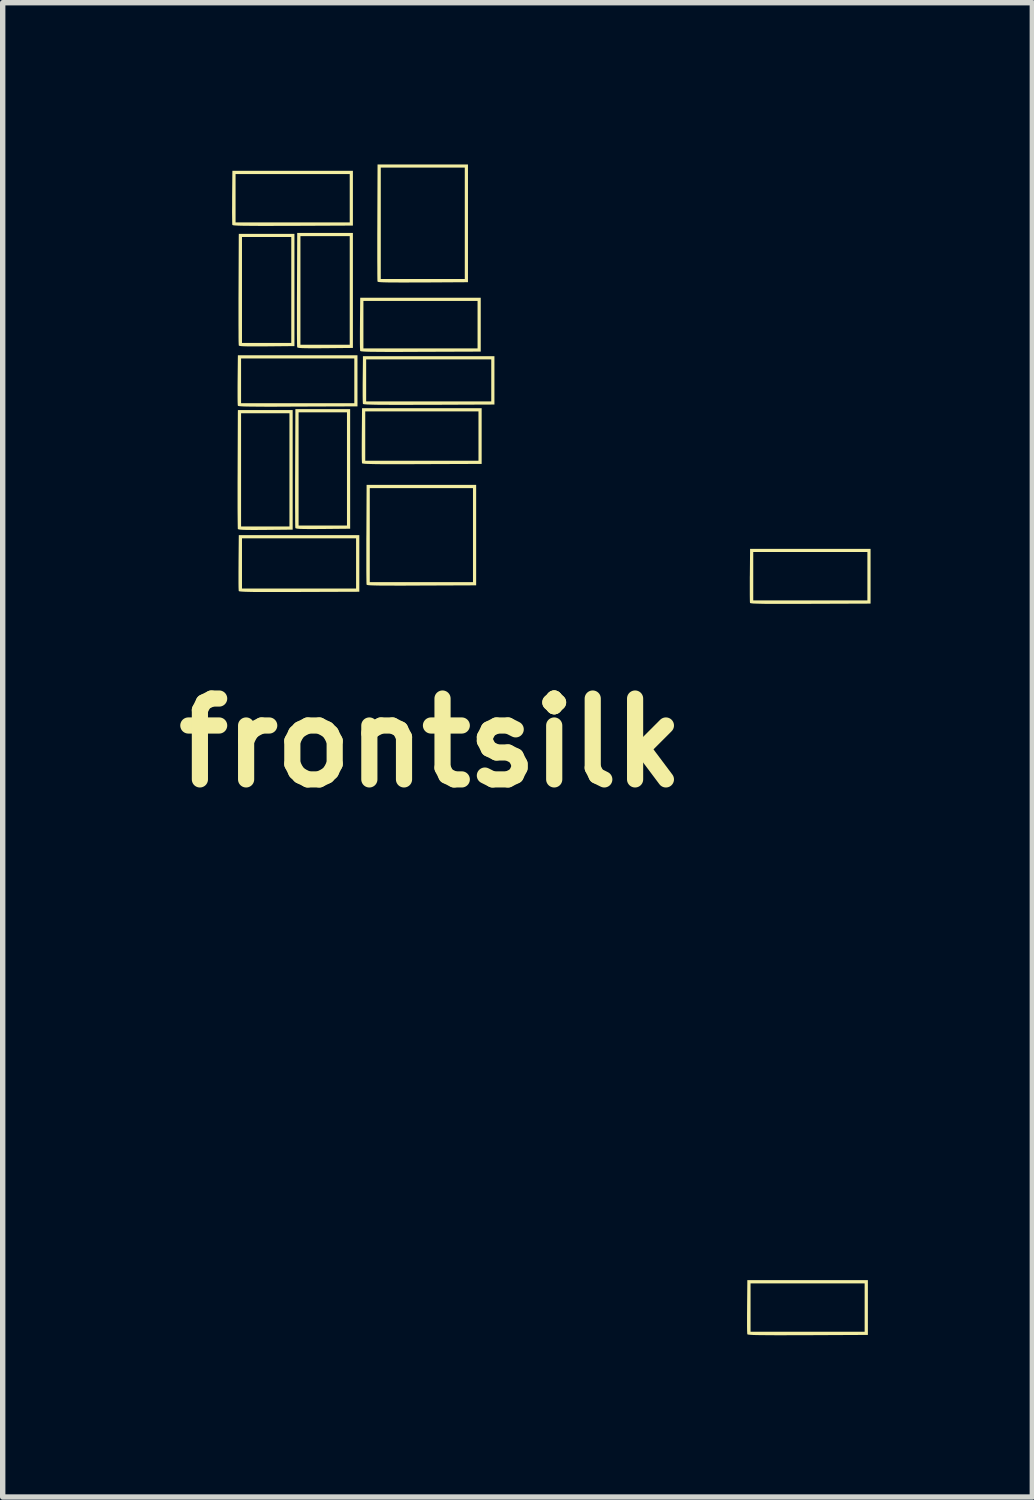
<source format=kicad_pcb>
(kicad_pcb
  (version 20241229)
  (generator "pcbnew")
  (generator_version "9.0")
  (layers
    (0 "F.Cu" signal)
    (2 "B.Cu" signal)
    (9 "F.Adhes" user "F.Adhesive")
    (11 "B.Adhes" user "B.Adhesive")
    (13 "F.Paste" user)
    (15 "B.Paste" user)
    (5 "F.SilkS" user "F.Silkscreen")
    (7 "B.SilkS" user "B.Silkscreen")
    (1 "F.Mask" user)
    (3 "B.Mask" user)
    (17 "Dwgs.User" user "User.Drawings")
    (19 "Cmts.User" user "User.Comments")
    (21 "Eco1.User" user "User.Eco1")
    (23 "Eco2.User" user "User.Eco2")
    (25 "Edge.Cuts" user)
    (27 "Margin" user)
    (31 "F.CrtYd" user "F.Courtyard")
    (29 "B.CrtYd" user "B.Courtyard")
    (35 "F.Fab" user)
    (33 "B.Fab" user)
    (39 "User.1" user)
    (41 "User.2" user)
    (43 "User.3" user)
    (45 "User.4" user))
  (footprint "frontsilk"
    (layer "F.Cu")
    (at 4.943 10.727)
    (property "Reference" "frontsilk" (at 0 0 0) (layer "F.SilkS") (effects (font (size 1.5 1.5) (thickness 0.3))))
    (attr board_only exclude_from_pos_files exclude_from_bom)
    (fp_poly (pts (xy -2.565 -5.063) (xy -2.565 -3.954) (xy -3.07 -3.949) (xy -3.22 -3.948) (xy -3.34 -3.948) (xy -3.432 -3.949) (xy -3.499 -3.951) (xy -3.545 -3.955) (xy -3.571 -3.96) (xy -3.582 -3.966) (xy -3.582 -3.966) (xy -3.583 -3.987) (xy -3.584 -4.038) (xy -3.585 -4.117) (xy -3.586 -4.222) (xy -3.587 -4.348) (xy -3.587 -4.494) (xy -3.587 -4.657) (xy -3.587 -4.833) (xy -3.586 -5.02) (xy -3.586 -5.08) (xy -3.582 -6.113) (xy -3.522 -6.113) (xy -3.522 -5.063) (xy -3.522 -4.013) (xy -3.073 -4.013) (xy -2.625 -4.013) (xy -2.625 -5.063) (xy -2.625 -6.113) (xy -3.073 -6.113) (xy -3.522 -6.113) (xy -3.582 -6.113) (xy -3.581 -6.172) (xy -3.073 -6.172) (xy -2.565 -6.172)) (stroke (width 0) (type solid)) (fill yes) (layer "F.SilkS"))
    (fp_poly (pts (xy -2.532 -8.399) (xy -2.532 -7.358) (xy -3.044 -7.353) (xy -3.196 -7.352) (xy -3.317 -7.352) (xy -3.411 -7.353) (xy -3.479 -7.355) (xy -3.526 -7.358) (xy -3.553 -7.363) (xy -3.565 -7.369) (xy -3.565 -7.37) (xy -3.566 -7.39) (xy -3.568 -7.442) (xy -3.569 -7.521) (xy -3.569 -7.625) (xy -3.57 -7.75) (xy -3.57 -7.895) (xy -3.57 -8.056) (xy -3.57 -8.229) (xy -3.569 -8.413) (xy -3.569 -8.416) (xy -3.565 -9.381) (xy -3.505 -9.381) (xy -3.505 -8.399) (xy -3.505 -7.417) (xy -3.048 -7.417) (xy -2.591 -7.417) (xy -2.591 -8.399) (xy -2.591 -9.381) (xy -3.048 -9.381) (xy -3.505 -9.381) (xy -3.565 -9.381) (xy -3.564 -9.44) (xy -3.048 -9.44) (xy -2.532 -9.44)) (stroke (width 0) (type solid)) (fill yes) (layer "F.SilkS"))
    (fp_poly (pts (xy -1.499 -5.08) (xy -1.499 -3.971) (xy -2.003 -3.966) (xy -2.154 -3.965) (xy -2.273 -3.965) (xy -2.365 -3.966) (xy -2.433 -3.968) (xy -2.478 -3.972) (xy -2.504 -3.977) (xy -2.515 -3.983) (xy -2.515 -3.983) (xy -2.517 -4.004) (xy -2.518 -4.055) (xy -2.519 -4.134) (xy -2.519 -4.239) (xy -2.52 -4.365) (xy -2.52 -4.511) (xy -2.52 -4.674) (xy -2.52 -4.85) (xy -2.519 -5.037) (xy -2.519 -5.097) (xy -2.515 -6.13) (xy -2.455 -6.13) (xy -2.455 -5.08) (xy -2.455 -4.03) (xy -2.007 -4.03) (xy -1.558 -4.03) (xy -1.558 -5.08) (xy -1.558 -6.13) (xy -2.007 -6.13) (xy -2.455 -6.13) (xy -2.515 -6.13) (xy -2.515 -6.189) (xy -2.007 -6.189) (xy -1.499 -6.189)) (stroke (width 0) (type solid)) (fill yes) (layer "F.SilkS"))
    (fp_poly (pts (xy -1.448 -10.101) (xy -1.448 -9.593) (xy -2.562 -9.588) (xy -2.791 -9.588) (xy -2.989 -9.587) (xy -3.158 -9.587) (xy -3.298 -9.588) (xy -3.413 -9.589) (xy -3.505 -9.59) (xy -3.575 -9.592) (xy -3.626 -9.595) (xy -3.66 -9.598) (xy -3.678 -9.602) (xy -3.684 -9.606) (xy -3.686 -9.627) (xy -3.687 -9.679) (xy -3.688 -9.755) (xy -3.689 -9.852) (xy -3.688 -9.964) (xy -3.688 -10.089) (xy -3.688 -10.118) (xy -3.684 -10.549) (xy -3.624 -10.549) (xy -3.624 -10.101) (xy -3.624 -9.652) (xy -2.565 -9.652) (xy -1.507 -9.652) (xy -1.507 -10.101) (xy -1.507 -10.549) (xy -2.565 -10.549) (xy -3.624 -10.549) (xy -3.684 -10.549) (xy -3.683 -10.609) (xy -2.565 -10.609) (xy -1.448 -10.609)) (stroke (width 0) (type solid)) (fill yes) (layer "F.SilkS"))
    (fp_poly (pts (xy -1.448 -8.39) (xy -1.448 -7.324) (xy -1.96 -7.319) (xy -2.113 -7.318) (xy -2.234 -7.318) (xy -2.327 -7.319) (xy -2.395 -7.321) (xy -2.442 -7.324) (xy -2.469 -7.329) (xy -2.481 -7.335) (xy -2.481 -7.336) (xy -2.483 -7.356) (xy -2.484 -7.408) (xy -2.485 -7.487) (xy -2.486 -7.591) (xy -2.486 -7.717) (xy -2.486 -7.862) (xy -2.486 -8.024) (xy -2.486 -8.198) (xy -2.485 -8.383) (xy -2.485 -8.407) (xy -2.481 -9.398) (xy -2.421 -9.398) (xy -2.421 -8.39) (xy -2.421 -7.383) (xy -1.964 -7.383) (xy -1.507 -7.383) (xy -1.507 -8.39) (xy -1.507 -9.398) (xy -1.964 -9.398) (xy -2.421 -9.398) (xy -2.481 -9.398) (xy -2.481 -9.457) (xy -1.964 -9.457) (xy -1.448 -9.457)) (stroke (width 0) (type solid)) (fill yes) (layer "F.SilkS"))
    (fp_poly (pts (xy -1.363 -6.714) (xy -1.363 -6.24) (xy -2.469 -6.236) (xy -2.697 -6.235) (xy -2.894 -6.234) (xy -3.061 -6.234) (xy -3.201 -6.235) (xy -3.315 -6.236) (xy -3.406 -6.237) (xy -3.475 -6.239) (xy -3.526 -6.242) (xy -3.559 -6.245) (xy -3.577 -6.249) (xy -3.582 -6.253) (xy -3.584 -6.275) (xy -3.586 -6.326) (xy -3.587 -6.402) (xy -3.587 -6.498) (xy -3.587 -6.609) (xy -3.586 -6.731) (xy -3.586 -6.731) (xy -3.582 -7.129) (xy -3.522 -7.129) (xy -3.522 -6.714) (xy -3.522 -6.299) (xy -2.472 -6.299) (xy -1.422 -6.299) (xy -1.422 -6.714) (xy -1.422 -7.129) (xy -2.472 -7.129) (xy -3.522 -7.129) (xy -3.582 -7.129) (xy -3.581 -7.188) (xy -2.472 -7.188) (xy -1.363 -7.188)) (stroke (width 0) (type solid)) (fill yes) (layer "F.SilkS"))
    (fp_poly (pts (xy -1.329 -3.327) (xy -1.329 -2.802) (xy -2.443 -2.798) (xy -2.673 -2.797) (xy -2.871 -2.797) (xy -3.039 -2.797) (xy -3.18 -2.797) (xy -3.295 -2.798) (xy -3.386 -2.8) (xy -3.457 -2.802) (xy -3.508 -2.805) (xy -3.541 -2.808) (xy -3.56 -2.812) (xy -3.565 -2.815) (xy -3.567 -2.837) (xy -3.569 -2.888) (xy -3.57 -2.965) (xy -3.57 -3.062) (xy -3.57 -3.175) (xy -3.569 -3.301) (xy -3.569 -3.345) (xy -3.565 -3.793) (xy -3.505 -3.793) (xy -3.505 -3.327) (xy -3.505 -2.862) (xy -2.447 -2.862) (xy -1.389 -2.862) (xy -1.389 -3.327) (xy -1.389 -3.793) (xy -2.447 -3.793) (xy -3.505 -3.793) (xy -3.565 -3.793) (xy -3.564 -3.852) (xy -2.447 -3.852) (xy -1.329 -3.852)) (stroke (width 0) (type solid)) (fill yes) (layer "F.SilkS"))
    (fp_poly (pts (xy 0.923 -7.755) (xy 0.923 -7.256) (xy -0.191 -7.252) (xy -0.421 -7.251) (xy -0.619 -7.25) (xy -0.787 -7.25) (xy -0.927 -7.251) (xy -1.042 -7.252) (xy -1.134 -7.253) (xy -1.204 -7.255) (xy -1.255 -7.258) (xy -1.289 -7.261) (xy -1.308 -7.265) (xy -1.313 -7.269) (xy -1.315 -7.291) (xy -1.317 -7.342) (xy -1.318 -7.418) (xy -1.318 -7.515) (xy -1.318 -7.627) (xy -1.317 -7.751) (xy -1.317 -7.773) (xy -1.313 -8.196) (xy -1.253 -8.196) (xy -1.253 -7.755) (xy -1.253 -7.315) (xy -0.195 -7.315) (xy 0.864 -7.315) (xy 0.864 -7.755) (xy 0.864 -8.196) (xy -0.195 -8.196) (xy -1.253 -8.196) (xy -1.313 -8.196) (xy -1.312 -8.255) (xy -0.195 -8.255) (xy 0.923 -8.255)) (stroke (width 0) (type solid)) (fill yes) (layer "F.SilkS"))
    (fp_poly (pts (xy 0.94 -5.69) (xy 0.94 -5.173) (xy -0.166 -5.169) (xy -0.394 -5.168) (xy -0.591 -5.168) (xy -0.759 -5.168) (xy -0.899 -5.168) (xy -1.013 -5.169) (xy -1.104 -5.171) (xy -1.173 -5.173) (xy -1.223 -5.175) (xy -1.256 -5.179) (xy -1.274 -5.182) (xy -1.279 -5.186) (xy -1.281 -5.208) (xy -1.283 -5.259) (xy -1.284 -5.335) (xy -1.284 -5.432) (xy -1.284 -5.545) (xy -1.283 -5.67) (xy -1.283 -5.707) (xy -1.279 -6.147) (xy -1.219 -6.147) (xy -1.219 -5.69) (xy -1.219 -5.232) (xy -0.169 -5.232) (xy 0.881 -5.232) (xy 0.881 -5.69) (xy 0.881 -6.147) (xy -0.169 -6.147) (xy -1.219 -6.147) (xy -1.279 -6.147) (xy -1.278 -6.206) (xy -0.169 -6.206) (xy 0.94 -6.206)) (stroke (width 0) (type solid)) (fill yes) (layer "F.SilkS"))
    (fp_poly (pts (xy 1.177 -6.723) (xy 1.177 -6.274) (xy -0.039 -6.269) (xy -0.279 -6.269) (xy -0.487 -6.268) (xy -0.666 -6.268) (xy -0.817 -6.269) (xy -0.942 -6.269) (xy -1.043 -6.271) (xy -1.122 -6.273) (xy -1.182 -6.275) (xy -1.223 -6.278) (xy -1.249 -6.281) (xy -1.261 -6.285) (xy -1.262 -6.287) (xy -1.264 -6.309) (xy -1.266 -6.36) (xy -1.267 -6.436) (xy -1.267 -6.531) (xy -1.267 -6.641) (xy -1.266 -6.74) (xy -1.262 -7.112) (xy -1.202 -7.112) (xy -1.202 -6.723) (xy -1.202 -6.333) (xy -0.042 -6.333) (xy 1.118 -6.333) (xy 1.118 -6.723) (xy 1.118 -7.112) (xy -0.042 -7.112) (xy -1.202 -7.112) (xy -1.262 -7.112) (xy -1.262 -7.171) (xy -0.042 -7.171) (xy 1.177 -7.171)) (stroke (width 0) (type solid)) (fill yes) (layer "F.SilkS"))
    (fp_poly (pts (xy 8.103 10.473) (xy 8.103 10.981) (xy 6.989 10.986) (xy 6.759 10.986) (xy 6.561 10.987) (xy 6.393 10.987) (xy 6.252 10.986) (xy 6.137 10.985) (xy 6.046 10.984) (xy 5.975 10.982) (xy 5.924 10.979) (xy 5.891 10.976) (xy 5.872 10.972) (xy 5.867 10.968) (xy 5.865 10.947) (xy 5.863 10.895) (xy 5.862 10.819) (xy 5.862 10.722) (xy 5.862 10.61) (xy 5.863 10.485) (xy 5.863 10.456) (xy 5.867 10.025) (xy 5.927 10.025) (xy 5.927 10.473) (xy 5.927 10.922) (xy 6.985 10.922) (xy 8.043 10.922) (xy 8.043 10.473) (xy 8.043 10.025) (xy 6.985 10.025) (xy 5.927 10.025) (xy 5.867 10.025) (xy 5.867 9.965) (xy 6.985 9.965) (xy 8.103 9.965)) (stroke (width 0) (type solid)) (fill yes) (layer "F.SilkS"))
    (fp_poly (pts (xy 8.153 -3.09) (xy 8.153 -2.582) (xy 7.04 -2.578) (xy 6.81 -2.577) (xy 6.612 -2.577) (xy 6.444 -2.577) (xy 6.303 -2.577) (xy 6.188 -2.578) (xy 6.096 -2.58) (xy 6.026 -2.582) (xy 5.975 -2.584) (xy 5.941 -2.588) (xy 5.923 -2.591) (xy 5.917 -2.595) (xy 5.915 -2.617) (xy 5.914 -2.668) (xy 5.913 -2.745) (xy 5.913 -2.841) (xy 5.913 -2.954) (xy 5.913 -3.078) (xy 5.914 -3.107) (xy 5.918 -3.539) (xy 5.977 -3.539) (xy 5.977 -3.09) (xy 5.977 -2.642) (xy 7.036 -2.642) (xy 8.094 -2.642) (xy 8.094 -3.09) (xy 8.094 -3.539) (xy 7.036 -3.539) (xy 5.977 -3.539) (xy 5.918 -3.539) (xy 5.918 -3.598) (xy 7.036 -3.598) (xy 8.153 -3.598)) (stroke (width 0) (type solid)) (fill yes) (layer "F.SilkS"))
    (fp_poly (pts (xy 0.686 -9.635) (xy 0.686 -8.543) (xy -0.149 -8.538) (xy -0.346 -8.538) (xy -0.512 -8.537) (xy -0.649 -8.538) (xy -0.759 -8.538) (xy -0.845 -8.54) (xy -0.908 -8.542) (xy -0.952 -8.545) (xy -0.979 -8.549) (xy -0.99 -8.554) (xy -0.991 -8.555) (xy -0.993 -8.576) (xy -0.994 -8.627) (xy -0.995 -8.706) (xy -0.995 -8.81) (xy -0.996 -8.937) (xy -0.996 -9.083) (xy -0.996 -9.245) (xy -0.996 -9.42) (xy -0.995 -9.606) (xy -0.995 -9.652) (xy -0.991 -10.668) (xy -0.931 -10.668) (xy -0.931 -9.635) (xy -0.931 -8.602) (xy -0.152 -8.602) (xy 0.627 -8.602) (xy 0.627 -9.635) (xy 0.627 -10.668) (xy -0.152 -10.668) (xy -0.931 -10.668) (xy -0.991 -10.668) (xy -0.991 -10.727) (xy -0.152 -10.727) (xy 0.686 -10.727)) (stroke (width 0) (type solid)) (fill yes) (layer "F.SilkS"))
    (fp_poly (pts (xy 0.838 -3.852) (xy 0.838 -2.921) (xy -0.174 -2.917) (xy -0.393 -2.916) (xy -0.58 -2.915) (xy -0.738 -2.916) (xy -0.868 -2.916) (xy -0.973 -2.917) (xy -1.055 -2.919) (xy -1.115 -2.921) (xy -1.158 -2.924) (xy -1.183 -2.928) (xy -1.194 -2.933) (xy -1.194 -2.934) (xy -1.196 -2.954) (xy -1.197 -3.005) (xy -1.198 -3.084) (xy -1.199 -3.187) (xy -1.199 -3.311) (xy -1.199 -3.453) (xy -1.199 -3.61) (xy -1.199 -3.779) (xy -1.198 -3.869) (xy -1.194 -4.724) (xy -1.135 -4.724) (xy -1.135 -3.852) (xy -1.135 -2.98) (xy -0.178 -2.98) (xy 0.779 -2.98) (xy 0.779 -3.852) (xy 0.779 -4.724) (xy -0.178 -4.724) (xy -1.135 -4.724) (xy -1.194 -4.724) (xy -1.194 -4.784) (xy -0.178 -4.784) (xy 0.838 -4.784)) (stroke (width 0) (type solid)) (fill yes) (layer "F.SilkS")))
  (gr_rect
    (start -3 -3)
    (end 16.096 24.714)
    (stroke (width 0.1) (type default))
    (fill no)
    (layer "Edge.Cuts")))
</source>
